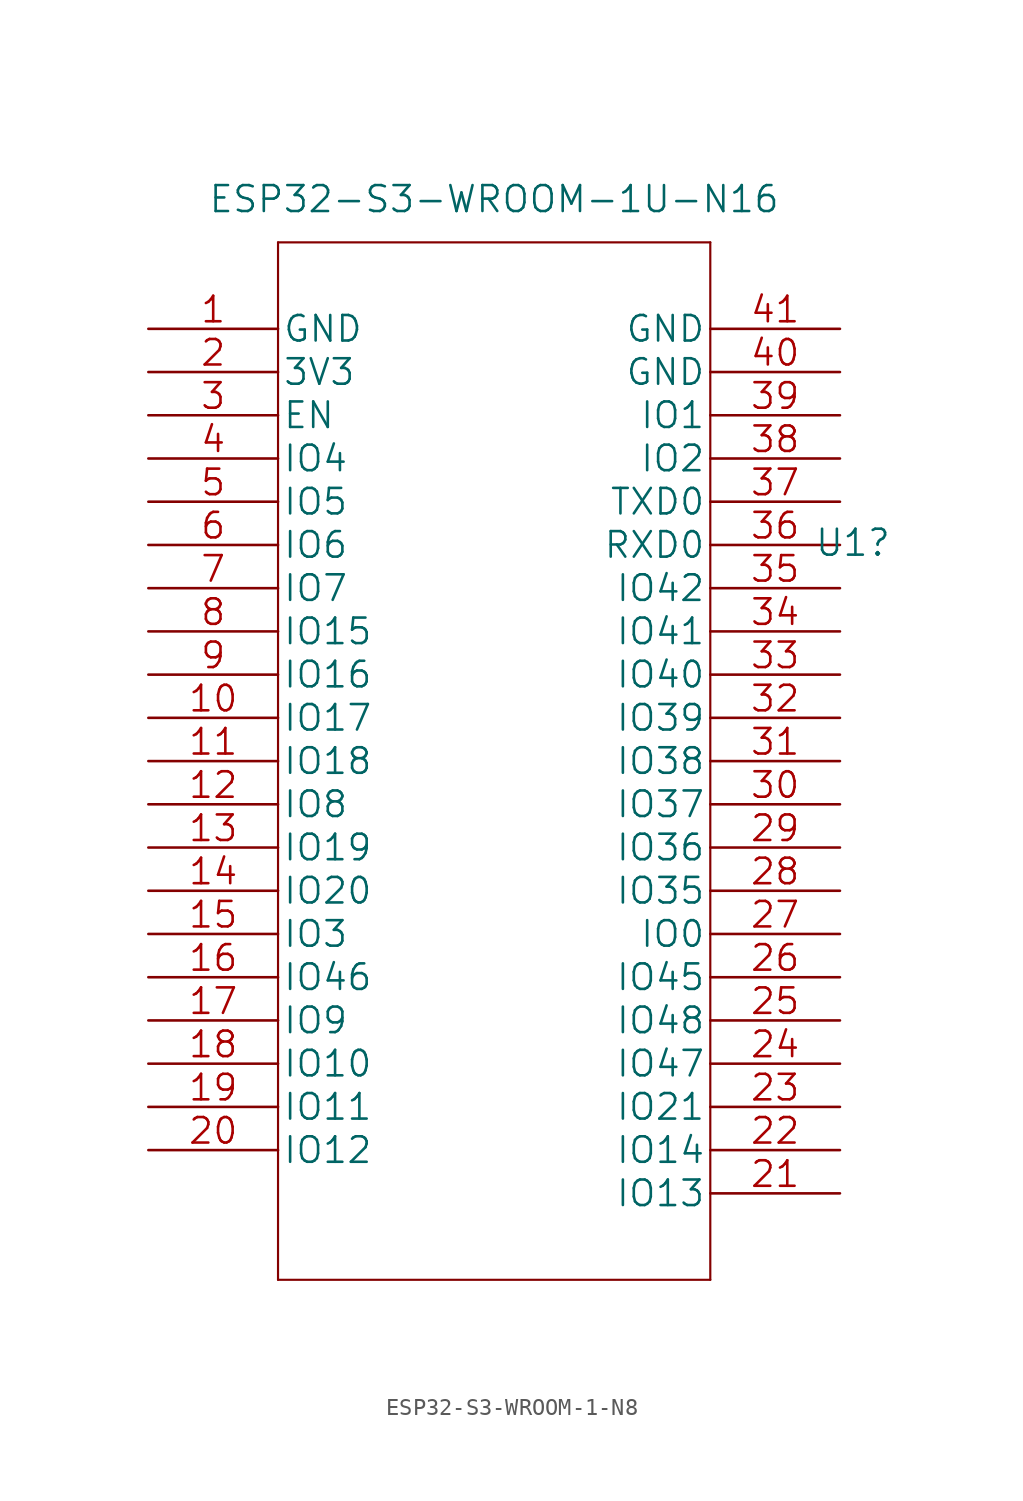
<source format=kicad_sym>
(kicad_symbol_lib
  (version 20220914)
  (generator kicad_symbol_editor)
  (symbol "ESP32-S3-WROOM-1-N8"
    (pin_names
      (offset 0.254))
    (property "Reference" "U1"
      (at 20.32 11.43 0)
      (effects (font (size 1.524 1.524))))
    (property "Value" "ESP32-S3-WROOM-1U-N16"
      (at -0.762 31.623 0)
      (effects (font (size 1.524 1.524))))
    (property "ki_locked" ""
      (at 0 0 0)
      (effects (font (size 1.27 1.27))))
    (symbol "ESP32-S3-WROOM-1-N8_1_1"
      (polyline (pts (xy -13.462 -31.877) (xy 11.938 -31.877)) (stroke (width 0.127) (type default)) (fill (type none)))
      (polyline (pts (xy -13.462 29.083) (xy -13.462 -31.877)) (stroke (width 0.127) (type default)) (fill (type none)))
      (polyline (pts (xy 11.938 -31.877) (xy 11.938 29.083)) (stroke (width 0.127) (type default)) (fill (type none)))
      (polyline (pts (xy 11.938 29.083) (xy -13.462 29.083)) (stroke (width 0.127) (type default)) (fill (type none)))
      (pin power_in line (at -21.082 24.003 0) (length 7.62) (name "GND" (effects (font (size 1.499 1.499)))) (number "1" (effects (font (size 1.499 1.499)))))
      (pin bidirectional line (at -21.082 1.143 0) (length 7.62) (name "IO17" (effects (font (size 1.499 1.499)))) (number "10" (effects (font (size 1.499 1.499)))))
      (pin bidirectional line (at -21.082 -1.397 0) (length 7.62) (name "IO18" (effects (font (size 1.499 1.499)))) (number "11" (effects (font (size 1.499 1.499)))))
      (pin bidirectional line (at -21.082 -3.937 0) (length 7.62) (name "IO8" (effects (font (size 1.499 1.499)))) (number "12" (effects (font (size 1.499 1.499)))))
      (pin bidirectional line (at -21.082 -6.477 0) (length 7.62) (name "IO19" (effects (font (size 1.499 1.499)))) (number "13" (effects (font (size 1.499 1.499)))))
      (pin bidirectional line (at -21.082 -9.017 0) (length 7.62) (name "IO20" (effects (font (size 1.499 1.499)))) (number "14" (effects (font (size 1.499 1.499)))))
      (pin bidirectional line (at -21.082 -11.557 0) (length 7.62) (name "IO3" (effects (font (size 1.499 1.499)))) (number "15" (effects (font (size 1.499 1.499)))))
      (pin bidirectional line (at -21.082 -14.097 0) (length 7.62) (name "IO46" (effects (font (size 1.499 1.499)))) (number "16" (effects (font (size 1.499 1.499)))))
      (pin bidirectional line (at -21.082 -16.637 0) (length 7.62) (name "IO9" (effects (font (size 1.499 1.499)))) (number "17" (effects (font (size 1.499 1.499)))))
      (pin bidirectional line (at -21.082 -19.177 0) (length 7.62) (name "IO10" (effects (font (size 1.499 1.499)))) (number "18" (effects (font (size 1.499 1.499)))))
      (pin bidirectional line (at -21.082 -21.717 0) (length 7.62) (name "IO11" (effects (font (size 1.499 1.499)))) (number "19" (effects (font (size 1.499 1.499)))))
      (pin power_in line (at -21.082 21.463 0) (length 7.62) (name "3V3" (effects (font (size 1.499 1.499)))) (number "2" (effects (font (size 1.499 1.499)))))
      (pin bidirectional line (at -21.082 -24.257 0) (length 7.62) (name "IO12" (effects (font (size 1.499 1.499)))) (number "20" (effects (font (size 1.499 1.499)))))
      (pin bidirectional line (at 19.558 -26.797 180) (length 7.62) (name "IO13" (effects (font (size 1.499 1.499)))) (number "21" (effects (font (size 1.499 1.499)))))
      (pin bidirectional line (at 19.558 -24.257 180) (length 7.62) (name "IO14" (effects (font (size 1.499 1.499)))) (number "22" (effects (font (size 1.499 1.499)))))
      (pin bidirectional line (at 19.558 -21.717 180) (length 7.62) (name "IO21" (effects (font (size 1.499 1.499)))) (number "23" (effects (font (size 1.499 1.499)))))
      (pin bidirectional line (at 19.558 -19.177 180) (length 7.62) (name "IO47" (effects (font (size 1.499 1.499)))) (number "24" (effects (font (size 1.499 1.499)))))
      (pin bidirectional line (at 19.558 -16.637 180) (length 7.62) (name "IO48" (effects (font (size 1.499 1.499)))) (number "25" (effects (font (size 1.499 1.499)))))
      (pin bidirectional line (at 19.558 -14.097 180) (length 7.62) (name "IO45" (effects (font (size 1.499 1.499)))) (number "26" (effects (font (size 1.499 1.499)))))
      (pin bidirectional line (at 19.558 -11.557 180) (length 7.62) (name "IO0" (effects (font (size 1.499 1.499)))) (number "27" (effects (font (size 1.499 1.499)))))
      (pin bidirectional line (at 19.558 -9.017 180) (length 7.62) (name "IO35" (effects (font (size 1.499 1.499)))) (number "28" (effects (font (size 1.499 1.499)))))
      (pin bidirectional line (at 19.558 -6.477 180) (length 7.62) (name "IO36" (effects (font (size 1.499 1.499)))) (number "29" (effects (font (size 1.499 1.499)))))
      (pin input line (at -21.082 18.923 0) (length 7.62) (name "EN" (effects (font (size 1.499 1.499)))) (number "3" (effects (font (size 1.499 1.499)))))
      (pin bidirectional line (at 19.558 -3.937 180) (length 7.62) (name "IO37" (effects (font (size 1.499 1.499)))) (number "30" (effects (font (size 1.499 1.499)))))
      (pin bidirectional line (at 19.558 -1.397 180) (length 7.62) (name "IO38" (effects (font (size 1.499 1.499)))) (number "31" (effects (font (size 1.499 1.499)))))
      (pin bidirectional line (at 19.558 1.143 180) (length 7.62) (name "IO39" (effects (font (size 1.499 1.499)))) (number "32" (effects (font (size 1.499 1.499)))))
      (pin bidirectional line (at 19.558 3.683 180) (length 7.62) (name "IO40" (effects (font (size 1.499 1.499)))) (number "33" (effects (font (size 1.499 1.499)))))
      (pin bidirectional line (at 19.558 6.223 180) (length 7.62) (name "IO41" (effects (font (size 1.499 1.499)))) (number "34" (effects (font (size 1.499 1.499)))))
      (pin bidirectional line (at 19.558 8.763 180) (length 7.62) (name "IO42" (effects (font (size 1.499 1.499)))) (number "35" (effects (font (size 1.499 1.499)))))
      (pin bidirectional line (at 19.558 11.303 180) (length 7.62) (name "RXD0" (effects (font (size 1.499 1.499)))) (number "36" (effects (font (size 1.499 1.499)))))
      (pin bidirectional line (at 19.558 13.843 180) (length 7.62) (name "TXD0" (effects (font (size 1.499 1.499)))) (number "37" (effects (font (size 1.499 1.499)))))
      (pin bidirectional line (at 19.558 16.383 180) (length 7.62) (name "IO2" (effects (font (size 1.499 1.499)))) (number "38" (effects (font (size 1.499 1.499)))))
      (pin bidirectional line (at 19.558 18.923 180) (length 7.62) (name "IO1" (effects (font (size 1.499 1.499)))) (number "39" (effects (font (size 1.499 1.499)))))
      (pin bidirectional line (at -21.082 16.383 0) (length 7.62) (name "IO4" (effects (font (size 1.499 1.499)))) (number "4" (effects (font (size 1.499 1.499)))))
      (pin power_in line (at 19.558 21.463 180) (length 7.62) (name "GND" (effects (font (size 1.499 1.499)))) (number "40" (effects (font (size 1.499 1.499)))))
      (pin power_in line (at 19.558 24.003 180) (length 7.62) (name "GND" (effects (font (size 1.499 1.499)))) (number "41" (effects (font (size 1.499 1.499)))))
      (pin bidirectional line (at -21.082 13.843 0) (length 7.62) (name "IO5" (effects (font (size 1.499 1.499)))) (number "5" (effects (font (size 1.499 1.499)))))
      (pin bidirectional line (at -21.082 11.303 0) (length 7.62) (name "IO6" (effects (font (size 1.499 1.499)))) (number "6" (effects (font (size 1.499 1.499)))))
      (pin bidirectional line (at -21.082 8.763 0) (length 7.62) (name "IO7" (effects (font (size 1.499 1.499)))) (number "7" (effects (font (size 1.499 1.499)))))
      (pin bidirectional line (at -21.082 6.223 0) (length 7.62) (name "IO15" (effects (font (size 1.499 1.499)))) (number "8" (effects (font (size 1.499 1.499)))))
      (pin bidirectional line (at -21.082 3.683 0) (length 7.62) (name "IO16" (effects (font (size 1.499 1.499)))) (number "9" (effects (font (size 1.499 1.499))))))))
</source>
